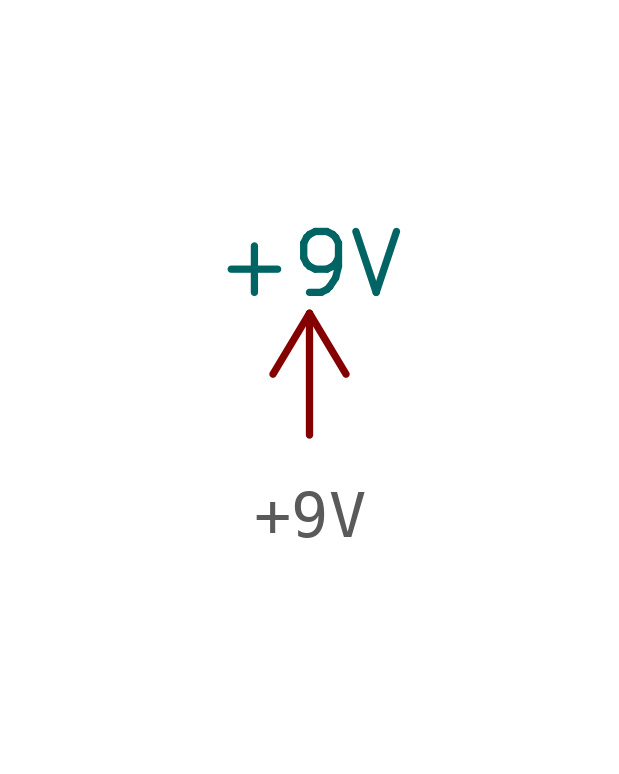
<source format=kicad_sym>
(kicad_symbol_lib
  (version 20220914)
  (generator kicad_symbol_editor)
  (symbol "+9V"
    (power)
    (pin_names
      (offset 0))
    (property "Reference" "#PWR"
      (at 0 -3.81 0)
      (effects (font (size 1.27 1.27)) hide))
    (property "Value" "+9V"
      (at 0 3.556 0)
      (effects (font (size 1.27 1.27))))
    (symbol "+9V_0_1"
      (polyline (pts (xy -0.762 1.27) (xy 0 2.54)) (stroke (width 0) (type solid)) (fill (type none)))
      (polyline (pts (xy 0 0) (xy 0 2.54)) (stroke (width 0) (type solid)) (fill (type none)))
      (polyline (pts (xy 0 2.54) (xy 0.762 1.27)) (stroke (width 0) (type solid)) (fill (type none))))
    (symbol "+9V_1_1"
      (pin power_in line (at 0 0 90) (length 0) hide (name "+9V" (effects (font (size 1.27 1.27)))) (number "1" (effects (font (size 1.27 1.27))))))))
</source>
